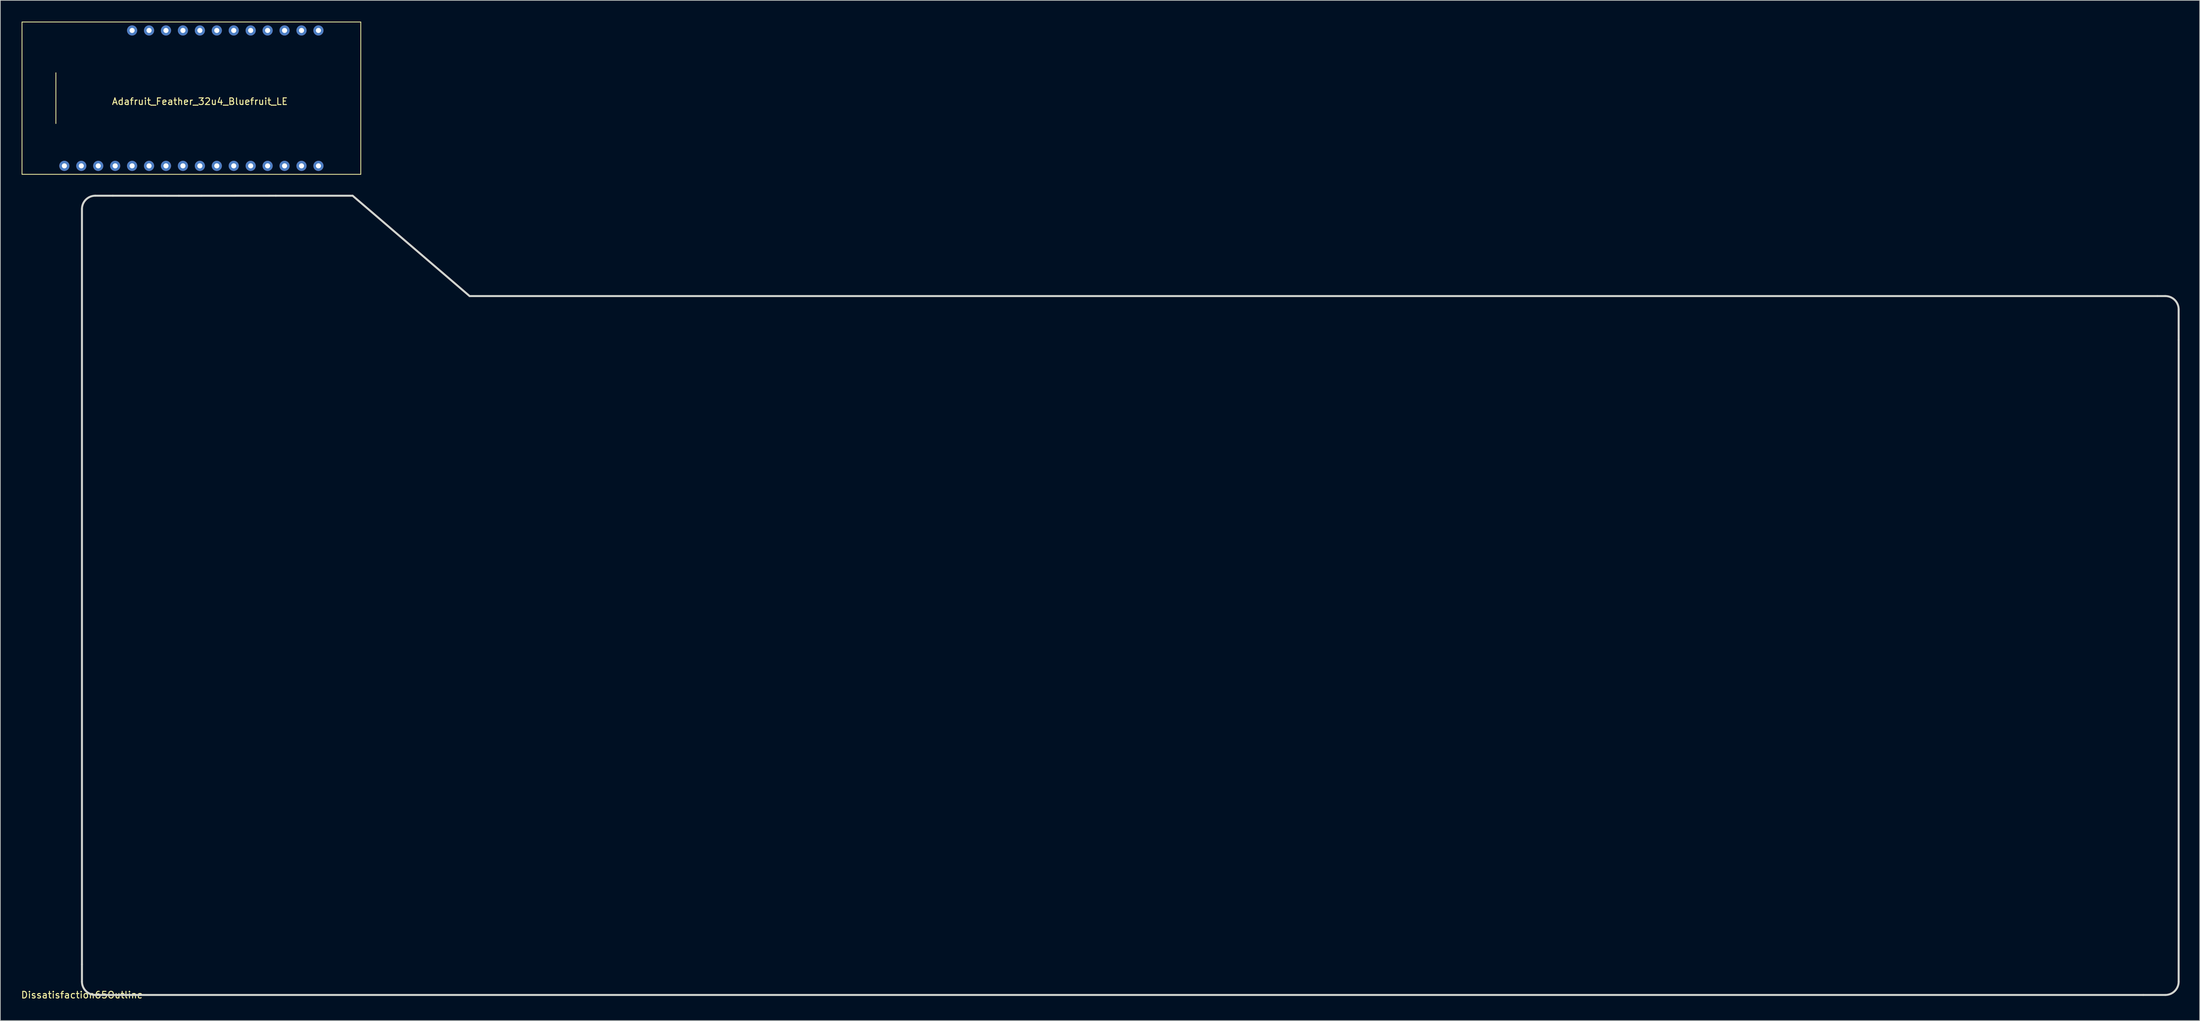
<source format=kicad_pcb>
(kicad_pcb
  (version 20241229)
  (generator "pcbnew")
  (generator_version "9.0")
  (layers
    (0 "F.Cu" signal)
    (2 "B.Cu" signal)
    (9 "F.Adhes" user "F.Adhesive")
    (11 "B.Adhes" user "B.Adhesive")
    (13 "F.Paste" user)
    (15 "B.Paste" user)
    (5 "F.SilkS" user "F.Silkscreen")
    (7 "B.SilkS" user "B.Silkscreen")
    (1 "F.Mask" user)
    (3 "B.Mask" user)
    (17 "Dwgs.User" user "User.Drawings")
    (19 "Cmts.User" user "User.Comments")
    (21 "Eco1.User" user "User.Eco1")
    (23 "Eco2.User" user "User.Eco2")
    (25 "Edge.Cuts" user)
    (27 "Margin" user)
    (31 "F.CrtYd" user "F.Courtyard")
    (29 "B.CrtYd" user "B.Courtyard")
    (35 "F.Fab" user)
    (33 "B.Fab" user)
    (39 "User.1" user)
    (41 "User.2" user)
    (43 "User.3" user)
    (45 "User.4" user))
  (footprint "Dissatisfaction65Outline"
    (layer "F.Cu")
    (at 9.244 146.259)
    (property "Reference" "Dissatisfaction65Outline" (at 0 0 0) (layer "F.SilkS") (effects (font (size 1 1) (thickness 0.15))))
    (attr through_hole)
    (fp_line (start -0.005 -4.592) (end -0.005 -117.939) (stroke (width 0.3) (type solid)) (layer "Edge.Cuts"))
    (fp_line (start -0.005 -2) (end -0.005 -4.592) (stroke (width 0.3) (type solid)) (layer "Edge.Cuts"))
    (fp_line (start 1.995 -119.939) (end 4.626 -119.939) (stroke (width 0.3) (type solid)) (layer "Edge.Cuts"))
    (fp_line (start 4.626 -119.939) (end 14.528 -119.929) (stroke (width 0.3) (type solid)) (layer "Edge.Cuts"))
    (fp_line (start 14.528 -119.929) (end 29.06 -119.937) (stroke (width 0.3) (type solid)) (layer "Edge.Cuts"))
    (fp_line (start 29.06 -119.937) (end 40.589 -119.937) (stroke (width 0.3) (type solid)) (layer "Edge.Cuts"))
    (fp_line (start 40.589 -119.937) (end 58.124 -104.879) (stroke (width 0.3) (type solid)) (layer "Edge.Cuts"))
    (fp_line (start 58.124 -104.879) (end 311.21 -104.879) (stroke (width 0.3) (type solid)) (layer "Edge.Cuts"))
    (fp_line (start 309.098 0.000433) (end 1.994 -0.00036) (stroke (width 0.3) (type solid)) (layer "Edge.Cuts"))
    (fp_line (start 311.21 -104.879) (end 312.4 -104.88) (stroke (width 0.3) (type solid)) (layer "Edge.Cuts"))
    (fp_line (start 312.4 -0.000096) (end 309.098 0.000433) (stroke (width 0.3) (type solid)) (layer "Edge.Cuts"))
    (fp_line (start 314.4 -102.88) (end 314.403 -98.309) (stroke (width 0.3) (type solid)) (layer "Edge.Cuts"))
    (fp_line (start 314.403 -98.309) (end 314.4 -2) (stroke (width 0.3) (type solid)) (layer "Edge.Cuts"))
    (fp_curve (pts (xy -0.005 -117.939) (xy -0.005 -119.043) (xy 0.891 -119.939) (xy 1.995 -119.939)) (stroke (width 0.3) (type solid)) (layer "Edge.Cuts"))
    (fp_curve (pts (xy 1.994 -0.00036) (xy 0.891 -0.000371) (xy -0.005 -0.896) (xy -0.005 -2)) (stroke (width 0.3) (type solid)) (layer "Edge.Cuts"))
    (fp_curve (pts (xy 312.4 -104.88) (xy 313.505 -104.88) (xy 314.4 -103.985) (xy 314.4 -102.88)) (stroke (width 0.3) (type solid)) (layer "Edge.Cuts"))
    (fp_curve (pts (xy 314.4 -2) (xy 314.4 -0.896) (xy 313.505 -0.000096) (xy 312.4 -0.000096)) (stroke (width 0.3) (type solid)) (layer "Edge.Cuts")))
  (footprint "Adafruit_Feather_32u4_Bluefruit_LE"
    (layer "F.Cu")
    (at 0.25 0.25)
    (property "Reference" "Adafruit_Feather_32u4_Bluefruit_LE" (at 26.67 11.93 0) (layer "F.SilkS") (effects (font (size 1 1) (thickness 0.15))))
    (attr through_hole)
    (fp_line (start 0 0) (end 50.8 0) (stroke (width 0.12) (type solid)) (layer "F.SilkS"))
    (fp_line (start 0 22.86) (end 0 0) (stroke (width 0.12) (type solid)) (layer "F.SilkS"))
    (fp_line (start 5.08 7.62) (end 5.08 15.24) (stroke (width 0.12) (type solid)) (layer "F.SilkS"))
    (fp_line (start 50.8 0) (end 50.8 22.86) (stroke (width 0.12) (type solid)) (layer "F.SilkS"))
    (fp_line (start 50.8 22.86) (end 0 22.86) (stroke (width 0.12) (type solid)) (layer "F.SilkS"))
    (pad "3V3" thru_hole circle (at 8.89 21.59) (size 1.524 1.524) (drill 0.762) (layers "*.Cu" "*.Mask"))
    (pad "9" thru_hole circle (at 31.75 21.59) (size 1.524 1.524) (drill 0.762) (layers "*.Cu" "*.Mask"))
    (pad "10" thru_hole circle (at 34.29 21.59) (size 1.524 1.524) (drill 0.762) (layers "*.Cu" "*.Mask"))
    (pad "11" thru_hole circle (at 36.83 21.59) (size 1.524 1.524) (drill 0.762) (layers "*.Cu" "*.Mask"))
    (pad "12" thru_hole circle (at 29.21 1.27) (size 1.524 1.524) (drill 0.762) (layers "*.Cu" "*.Mask"))
    (pad "13" thru_hole circle (at 6.35 21.59) (size 1.524 1.524) (drill 0.762) (layers "*.Cu" "*.Mask"))
    (pad "18" thru_hole circle (at 41.91 1.27) (size 1.524 1.524) (drill 0.762) (layers "*.Cu" "*.Mask"))
    (pad "19" thru_hole circle (at 44.45 1.27) (size 1.524 1.524) (drill 0.762) (layers "*.Cu" "*.Mask"))
    (pad "20" thru_hole circle (at 39.37 21.59) (size 1.524 1.524) (drill 0.762) (layers "*.Cu" "*.Mask"))
    (pad "21" thru_hole circle (at 41.91 21.59) (size 1.524 1.524) (drill 0.762) (layers "*.Cu" "*.Mask"))
    (pad "26" thru_hole circle (at 26.67 1.27) (size 1.524 1.524) (drill 0.762) (layers "*.Cu" "*.Mask"))
    (pad "27" thru_hole circle (at 36.83 1.27) (size 1.524 1.524) (drill 0.762) (layers "*.Cu" "*.Mask"))
    (pad "29" thru_hole circle (at 34.29 1.27) (size 1.524 1.524) (drill 0.762) (layers "*.Cu" "*.Mask"))
    (pad "30" thru_hole circle (at 31.75 1.27) (size 1.524 1.524) (drill 0.762) (layers "*.Cu" "*.Mask"))
    (pad "31" thru_hole circle (at 39.37 1.27) (size 1.524 1.524) (drill 0.762) (layers "*.Cu" "*.Mask"))
    (pad "32" thru_hole circle (at 24.13 1.27) (size 1.524 1.524) (drill 0.762) (layers "*.Cu" "*.Mask"))
    (pad "36" thru_hole circle (at 16.51 21.59) (size 1.524 1.524) (drill 0.762) (layers "*.Cu" "*.Mask"))
    (pad "37" thru_hole circle (at 19.05 21.59) (size 1.524 1.524) (drill 0.762) (layers "*.Cu" "*.Mask"))
    (pad "38" thru_hole circle (at 21.59 21.59) (size 1.524 1.524) (drill 0.762) (layers "*.Cu" "*.Mask"))
    (pad "39" thru_hole circle (at 24.13 21.59) (size 1.524 1.524) (drill 0.762) (layers "*.Cu" "*.Mask"))
    (pad "40" thru_hole circle (at 26.67 21.59) (size 1.524 1.524) (drill 0.762) (layers "*.Cu" "*.Mask"))
    (pad "41" thru_hole circle (at 29.21 21.59) (size 1.524 1.524) (drill 0.762) (layers "*.Cu" "*.Mask"))
    (pad "42" thru_hole circle (at 11.43 21.59) (size 1.524 1.524) (drill 0.762) (layers "*.Cu" "*.Mask"))
    (pad "DFU" thru_hole circle (at 44.45 21.59) (size 1.524 1.524) (drill 0.762) (layers "*.Cu" "*.Mask"))
    (pad "En" thru_hole circle (at 19.05 1.27) (size 1.524 1.524) (drill 0.762) (layers "*.Cu" "*.Mask"))
    (pad "GND" thru_hole circle (at 13.97 21.59) (size 1.524 1.524) (drill 0.762) (layers "*.Cu" "*.Mask"))
    (pad "VBAT" thru_hole circle (at 16.51 1.27) (size 1.524 1.524) (drill 0.762) (layers "*.Cu" "*.Mask"))
    (pad "VBUS" thru_hole circle (at 21.59 1.27) (size 1.524 1.524) (drill 0.762) (layers "*.Cu" "*.Mask")))
  (gr_rect
    (start -3 -3)
    (end 326.797 150.107)
    (stroke (width 0.1) (type default))
    (fill no)
    (layer "Edge.Cuts")))
</source>
